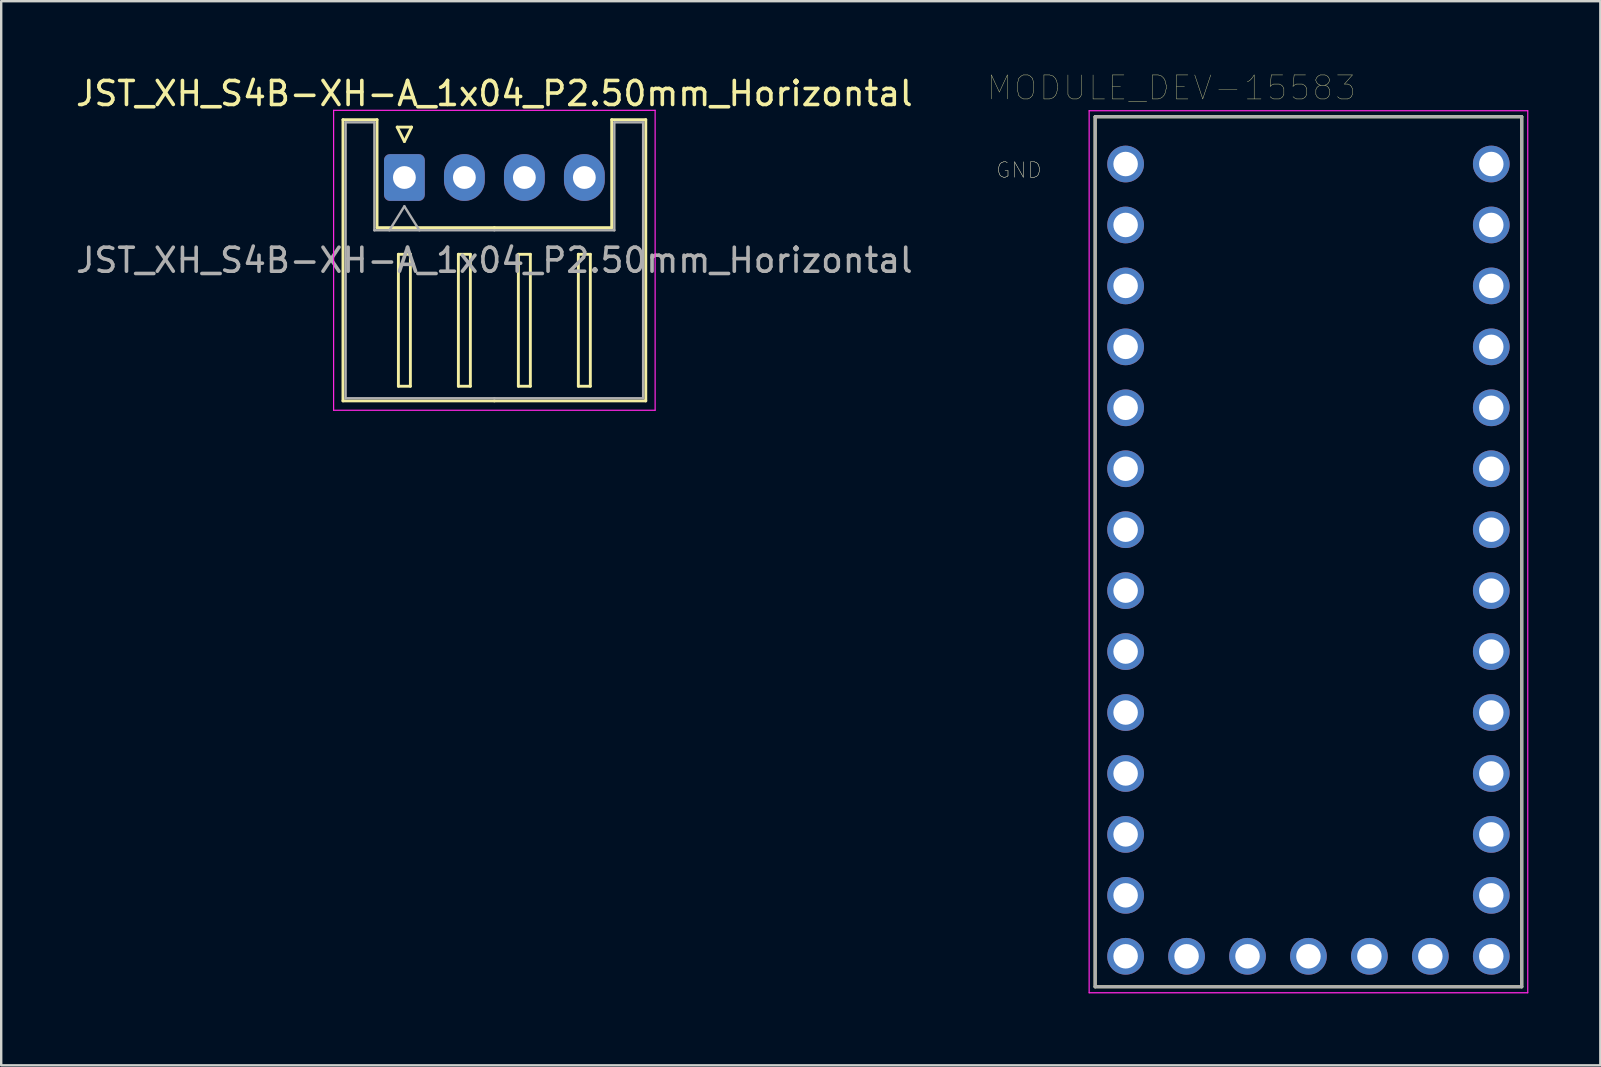
<source format=kicad_pcb>
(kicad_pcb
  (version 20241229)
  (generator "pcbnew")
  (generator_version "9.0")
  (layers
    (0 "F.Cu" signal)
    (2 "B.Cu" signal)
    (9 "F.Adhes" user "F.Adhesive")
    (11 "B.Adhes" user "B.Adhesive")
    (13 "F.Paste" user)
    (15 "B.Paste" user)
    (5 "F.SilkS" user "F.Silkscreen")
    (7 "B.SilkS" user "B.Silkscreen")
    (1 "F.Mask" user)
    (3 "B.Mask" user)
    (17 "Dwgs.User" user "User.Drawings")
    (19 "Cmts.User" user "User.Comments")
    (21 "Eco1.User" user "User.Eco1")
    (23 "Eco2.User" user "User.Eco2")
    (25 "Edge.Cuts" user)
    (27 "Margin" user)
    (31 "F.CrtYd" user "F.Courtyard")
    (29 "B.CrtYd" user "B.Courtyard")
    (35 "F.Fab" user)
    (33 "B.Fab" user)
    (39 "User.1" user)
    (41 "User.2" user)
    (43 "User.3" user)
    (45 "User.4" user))
  (footprint "JST_XH_S4B-XH-A_1x04_P2.50mm_Horizontal"
    (layer "F.Cu")
    (at 13.804 4.348)
    (property "Reference" "JST_XH_S4B-XH-A_1x04_P2.50mm_Horizontal" (at 3.75 -3.5 0) (layer "F.SilkS") (effects (font (size 1 1) (thickness 0.15))))
    (attr through_hole)
    (fp_line (start -2.56 -2.41) (end -1.14 -2.41) (stroke (width 0.12) (type solid)) (layer "F.SilkS"))
    (fp_line (start -2.56 9.31) (end -2.56 -2.41) (stroke (width 0.12) (type solid)) (layer "F.SilkS"))
    (fp_line (start -1.14 -2.41) (end -1.14 2.09) (stroke (width 0.12) (type solid)) (layer "F.SilkS"))
    (fp_line (start -1.14 2.09) (end 3.75 2.09) (stroke (width 0.12) (type solid)) (layer "F.SilkS"))
    (fp_line (start -0.3 -2.1) (end 0.3 -2.1) (stroke (width 0.12) (type solid)) (layer "F.SilkS"))
    (fp_line (start -0.25 3.2) (end -0.25 8.7) (stroke (width 0.12) (type solid)) (layer "F.SilkS"))
    (fp_line (start -0.25 8.7) (end 0.25 8.7) (stroke (width 0.12) (type solid)) (layer "F.SilkS"))
    (fp_line (start 0 -1.5) (end -0.3 -2.1) (stroke (width 0.12) (type solid)) (layer "F.SilkS"))
    (fp_line (start 0.25 3.2) (end -0.25 3.2) (stroke (width 0.12) (type solid)) (layer "F.SilkS"))
    (fp_line (start 0.25 8.7) (end 0.25 3.2) (stroke (width 0.12) (type solid)) (layer "F.SilkS"))
    (fp_line (start 0.3 -2.1) (end 0 -1.5) (stroke (width 0.12) (type solid)) (layer "F.SilkS"))
    (fp_line (start 2.25 3.2) (end 2.25 8.7) (stroke (width 0.12) (type solid)) (layer "F.SilkS"))
    (fp_line (start 2.25 8.7) (end 2.75 8.7) (stroke (width 0.12) (type solid)) (layer "F.SilkS"))
    (fp_line (start 2.75 3.2) (end 2.25 3.2) (stroke (width 0.12) (type solid)) (layer "F.SilkS"))
    (fp_line (start 2.75 8.7) (end 2.75 3.2) (stroke (width 0.12) (type solid)) (layer "F.SilkS"))
    (fp_line (start 3.75 9.31) (end -2.56 9.31) (stroke (width 0.12) (type solid)) (layer "F.SilkS"))
    (fp_line (start 3.75 9.31) (end 10.06 9.31) (stroke (width 0.12) (type solid)) (layer "F.SilkS"))
    (fp_line (start 4.75 3.2) (end 4.75 8.7) (stroke (width 0.12) (type solid)) (layer "F.SilkS"))
    (fp_line (start 4.75 8.7) (end 5.25 8.7) (stroke (width 0.12) (type solid)) (layer "F.SilkS"))
    (fp_line (start 5.25 3.2) (end 4.75 3.2) (stroke (width 0.12) (type solid)) (layer "F.SilkS"))
    (fp_line (start 5.25 8.7) (end 5.25 3.2) (stroke (width 0.12) (type solid)) (layer "F.SilkS"))
    (fp_line (start 7.25 3.2) (end 7.25 8.7) (stroke (width 0.12) (type solid)) (layer "F.SilkS"))
    (fp_line (start 7.25 8.7) (end 7.75 8.7) (stroke (width 0.12) (type solid)) (layer "F.SilkS"))
    (fp_line (start 7.75 3.2) (end 7.25 3.2) (stroke (width 0.12) (type solid)) (layer "F.SilkS"))
    (fp_line (start 7.75 8.7) (end 7.75 3.2) (stroke (width 0.12) (type solid)) (layer "F.SilkS"))
    (fp_line (start 8.64 -2.41) (end 8.64 2.09) (stroke (width 0.12) (type solid)) (layer "F.SilkS"))
    (fp_line (start 8.64 2.09) (end 3.75 2.09) (stroke (width 0.12) (type solid)) (layer "F.SilkS"))
    (fp_line (start 10.06 -2.41) (end 8.64 -2.41) (stroke (width 0.12) (type solid)) (layer "F.SilkS"))
    (fp_line (start 10.06 9.31) (end 10.06 -2.41) (stroke (width 0.12) (type solid)) (layer "F.SilkS"))
    (fp_line (start -2.95 -2.8) (end -2.95 9.7) (stroke (width 0.05) (type solid)) (layer "F.CrtYd"))
    (fp_line (start -2.95 9.7) (end 10.45 9.7) (stroke (width 0.05) (type solid)) (layer "F.CrtYd"))
    (fp_line (start 10.45 -2.8) (end -2.95 -2.8) (stroke (width 0.05) (type solid)) (layer "F.CrtYd"))
    (fp_line (start 10.45 9.7) (end 10.45 -2.8) (stroke (width 0.05) (type solid)) (layer "F.CrtYd"))
    (fp_line (start -2.45 -2.3) (end -1.25 -2.3) (stroke (width 0.1) (type solid)) (layer "F.Fab"))
    (fp_line (start -2.45 9.2) (end -2.45 -2.3) (stroke (width 0.1) (type solid)) (layer "F.Fab"))
    (fp_line (start -1.25 -2.3) (end -1.25 2.2) (stroke (width 0.1) (type solid)) (layer "F.Fab"))
    (fp_line (start -1.25 2.2) (end 3.75 2.2) (stroke (width 0.1) (type solid)) (layer "F.Fab"))
    (fp_line (start -0.625 2.2) (end 0 1.2) (stroke (width 0.1) (type solid)) (layer "F.Fab"))
    (fp_line (start 0 1.2) (end 0.625 2.2) (stroke (width 0.1) (type solid)) (layer "F.Fab"))
    (fp_line (start 3.75 9.2) (end -2.45 9.2) (stroke (width 0.1) (type solid)) (layer "F.Fab"))
    (fp_line (start 3.75 9.2) (end 9.95 9.2) (stroke (width 0.1) (type solid)) (layer "F.Fab"))
    (fp_line (start 8.75 -2.3) (end 8.75 2.2) (stroke (width 0.1) (type solid)) (layer "F.Fab"))
    (fp_line (start 8.75 2.2) (end 3.75 2.2) (stroke (width 0.1) (type solid)) (layer "F.Fab"))
    (fp_line (start 9.95 -2.3) (end 8.75 -2.3) (stroke (width 0.1) (type solid)) (layer "F.Fab"))
    (fp_line (start 9.95 9.2) (end 9.95 -2.3) (stroke (width 0.1) (type solid)) (layer "F.Fab"))
    (fp_text user "${REFERENCE}" (at 3.75 3.45 0) (layer "F.Fab") (effects (font (size 1 1) (thickness 0.15))))
    (pad "1" thru_hole roundrect (at 0 0) (size 1.7 1.95) (drill 0.95) (layers "*.Cu" "*.Mask") (roundrect_rratio 0.147))
    (pad "2" thru_hole oval (at 2.5 0) (size 1.7 1.95) (drill 0.95) (layers "*.Cu" "*.Mask"))
    (pad "3" thru_hole oval (at 5 0) (size 1.7 1.95) (drill 0.95) (layers "*.Cu" "*.Mask"))
    (pad "4" thru_hole oval (at 7.5 0) (size 1.7 1.95) (drill 0.95) (layers "*.Cu" "*.Mask")))
  (footprint "MODULE_DEV-15583"
    (layer "F.Cu")
    (at 51.483 20.296)
    (property "Reference" "MODULE_DEV-15583" (at -5.715 -19.685 0) (layer "F.SilkS") (effects (font (size 1 1) (thickness 0.015))))
    (attr through_hole)
    (fp_line (start -8.89 -18.48) (end 8.89 -18.48) (stroke (width 0.127) (type solid)) (layer "F.SilkS"))
    (fp_line (start -8.89 17.78) (end -8.89 -18.48) (stroke (width 0.127) (type solid)) (layer "F.SilkS"))
    (fp_line (start 8.89 -18.48) (end 8.89 17.78) (stroke (width 0.127) (type solid)) (layer "F.SilkS"))
    (fp_line (start 8.89 17.78) (end -8.89 17.78) (stroke (width 0.127) (type solid)) (layer "F.SilkS"))
    (fp_line (start -9.14 -18.73) (end 9.14 -18.73) (stroke (width 0.05) (type solid)) (layer "F.CrtYd"))
    (fp_line (start -9.14 18.03) (end -9.14 -18.73) (stroke (width 0.05) (type solid)) (layer "F.CrtYd"))
    (fp_line (start 9.14 -18.73) (end 9.14 18.03) (stroke (width 0.05) (type solid)) (layer "F.CrtYd"))
    (fp_line (start 9.14 18.03) (end -9.14 18.03) (stroke (width 0.05) (type solid)) (layer "F.CrtYd"))
    (fp_line (start -8.89 -18.48) (end 8.89 -18.48) (stroke (width 0.127) (type solid)) (layer "F.Fab"))
    (fp_line (start -8.89 17.78) (end -8.89 -18.48) (stroke (width 0.127) (type solid)) (layer "F.Fab"))
    (fp_line (start 8.89 -18.48) (end 8.89 17.78) (stroke (width 0.127) (type solid)) (layer "F.Fab"))
    (fp_line (start 8.89 17.78) (end -8.89 17.78) (stroke (width 0.127) (type solid)) (layer "F.Fab"))
    (fp_text user "GND" (at -12.065 -16.256 0) (layer "F.SilkS") (effects (font (size 0.64 0.64) (thickness 0.015))))
    (fp_text user "GND" (at -12.065 -16.256 0) (layer "F.Fab") (effects (font (size 0.64 0.64) (thickness 0.015))))
    (pad "0" thru_hole circle (at -7.62 -13.97) (size 1.53 1.53) (drill 1.02) (layers "*.Cu" "*.Mask"))
    (pad "1" thru_hole circle (at -7.62 -11.43) (size 1.53 1.53) (drill 1.02) (layers "*.Cu" "*.Mask"))
    (pad "2" thru_hole circle (at -7.62 -8.89) (size 1.53 1.53) (drill 1.02) (layers "*.Cu" "*.Mask"))
    (pad "3" thru_hole circle (at -7.62 -6.35) (size 1.53 1.53) (drill 1.02) (layers "*.Cu" "*.Mask"))
    (pad "3.3V_1" thru_hole circle (at -2.54 16.51) (size 1.53 1.53) (drill 1.02) (layers "*.Cu" "*.Mask"))
    (pad "3.3V_2" thru_hole circle (at 7.62 -11.43) (size 1.53 1.53) (drill 1.02) (layers "*.Cu" "*.Mask"))
    (pad "4" thru_hole circle (at -7.62 -3.81) (size 1.53 1.53) (drill 1.02) (layers "*.Cu" "*.Mask"))
    (pad "5" thru_hole circle (at -7.62 -1.27) (size 1.53 1.53) (drill 1.02) (layers "*.Cu" "*.Mask"))
    (pad "6" thru_hole circle (at -7.62 1.27) (size 1.53 1.53) (drill 1.02) (layers "*.Cu" "*.Mask"))
    (pad "7" thru_hole circle (at -7.62 3.81) (size 1.53 1.53) (drill 1.02) (layers "*.Cu" "*.Mask"))
    (pad "8" thru_hole circle (at -7.62 6.35) (size 1.53 1.53) (drill 1.02) (layers "*.Cu" "*.Mask"))
    (pad "9" thru_hole circle (at -7.62 8.89) (size 1.53 1.53) (drill 1.02) (layers "*.Cu" "*.Mask"))
    (pad "10" thru_hole circle (at -7.62 11.43) (size 1.53 1.53) (drill 1.02) (layers "*.Cu" "*.Mask"))
    (pad "11" thru_hole circle (at -7.62 13.97) (size 1.53 1.53) (drill 1.02) (layers "*.Cu" "*.Mask"))
    (pad "12" thru_hole circle (at -7.62 16.51) (size 1.53 1.53) (drill 1.02) (layers "*.Cu" "*.Mask"))
    (pad "13" thru_hole circle (at 7.62 16.51) (size 1.53 1.53) (drill 1.02) (layers "*.Cu" "*.Mask"))
    (pad "14" thru_hole circle (at 7.62 13.97) (size 1.53 1.53) (drill 1.02) (layers "*.Cu" "*.Mask"))
    (pad "15" thru_hole circle (at 7.62 11.43) (size 1.53 1.53) (drill 1.02) (layers "*.Cu" "*.Mask"))
    (pad "16" thru_hole circle (at 7.62 8.89) (size 1.53 1.53) (drill 1.02) (layers "*.Cu" "*.Mask"))
    (pad "17" thru_hole circle (at 7.62 6.35) (size 1.53 1.53) (drill 1.02) (layers "*.Cu" "*.Mask"))
    (pad "18" thru_hole circle (at 7.62 3.81) (size 1.53 1.53) (drill 1.02) (layers "*.Cu" "*.Mask"))
    (pad "19" thru_hole circle (at 7.62 1.27) (size 1.53 1.53) (drill 1.02) (layers "*.Cu" "*.Mask"))
    (pad "20" thru_hole circle (at 7.62 -1.27) (size 1.53 1.53) (drill 1.02) (layers "*.Cu" "*.Mask"))
    (pad "21" thru_hole circle (at 7.62 -3.81) (size 1.53 1.53) (drill 1.02) (layers "*.Cu" "*.Mask"))
    (pad "22" thru_hole circle (at 7.62 -6.35) (size 1.53 1.53) (drill 1.02) (layers "*.Cu" "*.Mask"))
    (pad "23" thru_hole circle (at 7.62 -8.89) (size 1.53 1.53) (drill 1.02) (layers "*.Cu" "*.Mask"))
    (pad "G1" thru_hole circle (at -7.62 -16.51) (size 1.53 1.53) (drill 1.02) (layers "*.Cu" "*.Mask"))
    (pad "G2" thru_hole circle (at 0 16.51) (size 1.53 1.53) (drill 1.02) (layers "*.Cu" "*.Mask"))
    (pad "G3" thru_hole circle (at 7.62 -13.97) (size 1.53 1.53) (drill 1.02) (layers "*.Cu" "*.Mask"))
    (pad "ONOFF" thru_hole circle (at 5.08 16.51) (size 1.53 1.53) (drill 1.02) (layers "*.Cu" "*.Mask"))
    (pad "PGM" thru_hole circle (at 2.54 16.51) (size 1.53 1.53) (drill 1.02) (layers "*.Cu" "*.Mask"))
    (pad "VBAT" thru_hole circle (at -5.08 16.51) (size 1.53 1.53) (drill 1.02) (layers "*.Cu" "*.Mask"))
    (pad "VIN" thru_hole circle (at 7.62 -16.51) (size 1.53 1.53) (drill 1.02) (layers "*.Cu" "*.Mask")))
  (gr_rect
    (start -3 -3)
    (end 63.648 41.351)
    (stroke (width 0.1) (type default))
    (fill no)
    (layer "Edge.Cuts")))
</source>
